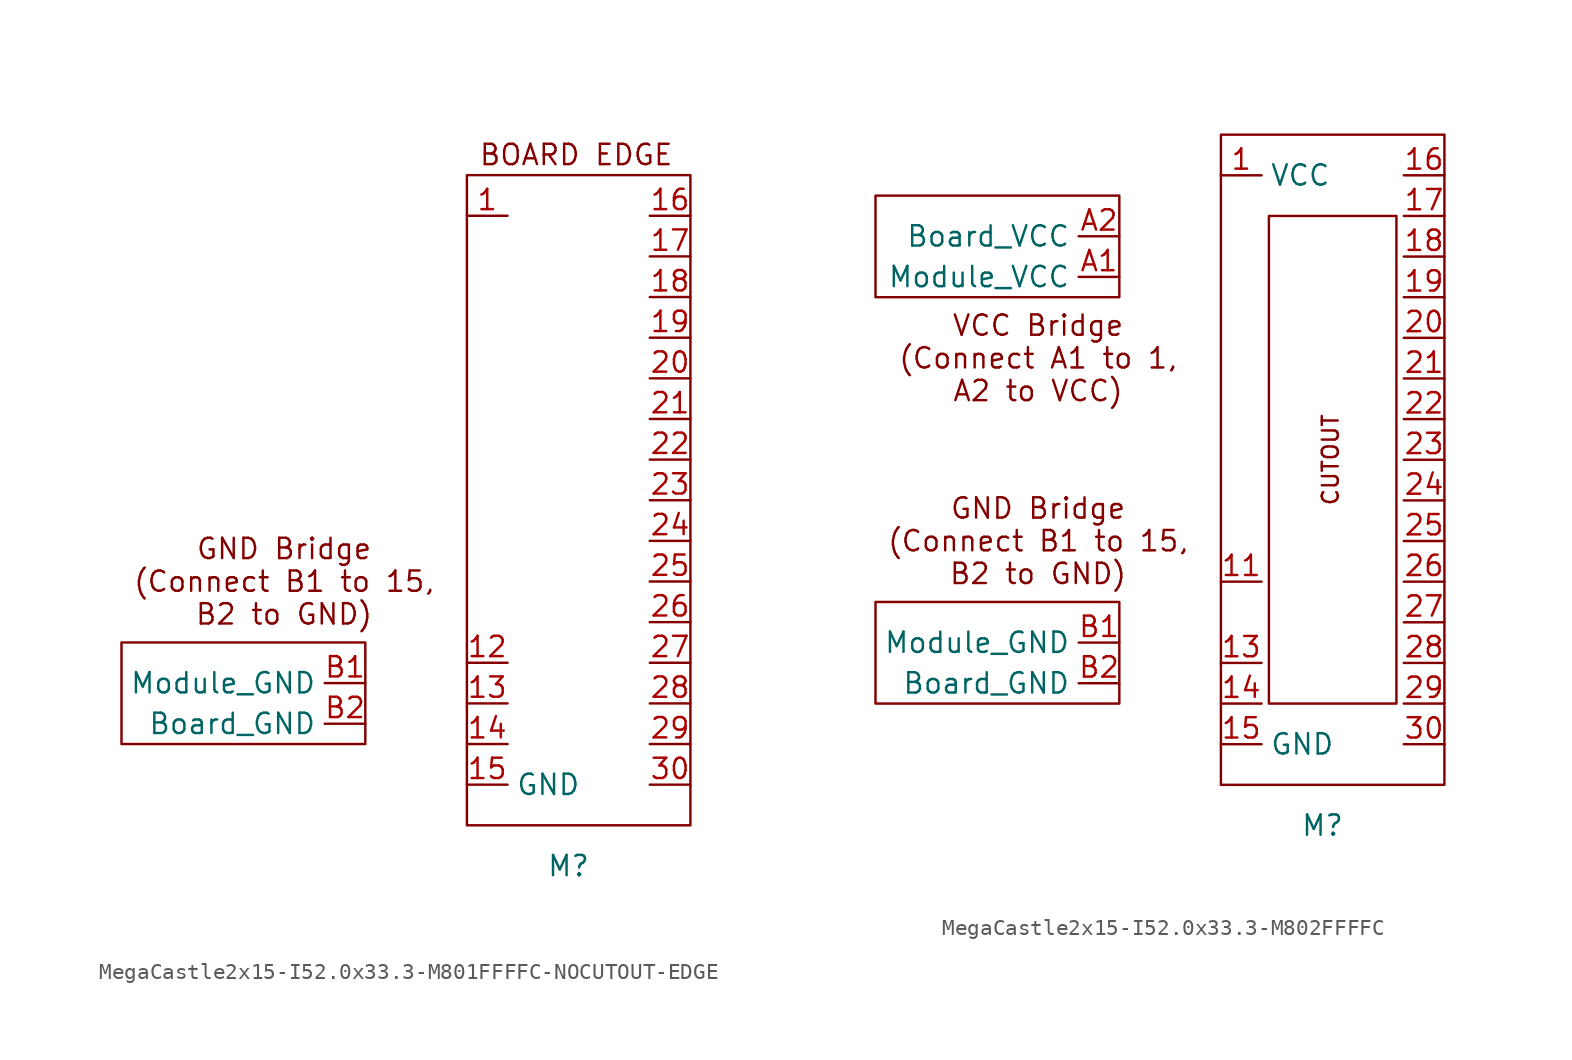
<source format=kicad_sym>
(kicad_symbol_lib
  (version 20231120)
  (generator "kicad_symbol_editor")
  (generator_version "8.0")
  (symbol "MegaCastle2x15-I52.0x33.3-M801FFFFC-NOCUTOUT-EDGE"
    (property "Reference" "M"
      (at 0 -22.86 0)
      (effects (font (size 1.27 1.27))))
    (property "Value" ""
      (at 0 5.08 0)
      (effects (font (size 1.27 1.27))))
    (symbol "MegaCastle2x15-I52.0x33.3-M801FFFFC-NOCUTOUT-EDGE_0_1"
      (rectangle (start -27.94 -8.89) (end -12.7 -15.24) (stroke (width 0) (type default)) (fill (type none)))
      (rectangle (start -6.35 20.32) (end 7.62 -20.32) (stroke (width 0) (type default)) (fill (type none))))
    (symbol "MegaCastle2x15-I52.0x33.3-M801FFFFC-NOCUTOUT-EDGE_1_1"
      (text " BOARD EDGE" (at 0 21.59 0) (effects (font (size 1.27 1.27))))
      (text "GND Bridge\n(Connect B1 to 15,\nB2 to GND)" (at -17.78 -5.08 0) (effects (font (size 1.27 1.27))))
      (pin bidirectional line (at -6.35 17.78 0) (length 2.54) (name "" (effects (font (size 1.27 1.27)))) (number "1" (effects (font (size 1.27 1.27)))))
      (pin bidirectional line (at -6.35 -10.16 0) (length 2.54) (name "" (effects (font (size 1.27 1.27)))) (number "12" (effects (font (size 1.27 1.27)))))
      (pin bidirectional line (at -6.35 -12.7 0) (length 2.54) (name "" (effects (font (size 1.27 1.27)))) (number "13" (effects (font (size 1.27 1.27)))))
      (pin bidirectional line (at -6.35 -15.24 0) (length 2.54) (name "" (effects (font (size 1.27 1.27)))) (number "14" (effects (font (size 1.27 1.27)))))
      (pin bidirectional line (at -6.35 -17.78 0) (length 2.54) (name "GND" (effects (font (size 1.27 1.27)))) (number "15" (effects (font (size 1.27 1.27)))))
      (pin bidirectional line (at 7.62 17.78 180) (length 2.54) (name "" (effects (font (size 1.27 1.27)))) (number "16" (effects (font (size 1.27 1.27)))))
      (pin bidirectional line (at 7.62 15.24 180) (length 2.54) (name "" (effects (font (size 1.27 1.27)))) (number "17" (effects (font (size 1.27 1.27)))))
      (pin bidirectional line (at 7.62 12.7 180) (length 2.54) (name "" (effects (font (size 1.27 1.27)))) (number "18" (effects (font (size 1.27 1.27)))))
      (pin bidirectional line (at 7.62 10.16 180) (length 2.54) (name "" (effects (font (size 1.27 1.27)))) (number "19" (effects (font (size 1.27 1.27)))))
      (pin bidirectional line (at 7.62 7.62 180) (length 2.54) (name "" (effects (font (size 1.27 1.27)))) (number "20" (effects (font (size 1.27 1.27)))))
      (pin bidirectional line (at 7.62 5.08 180) (length 2.54) (name "" (effects (font (size 1.27 1.27)))) (number "21" (effects (font (size 1.27 1.27)))))
      (pin bidirectional line (at 7.62 2.54 180) (length 2.54) (name "" (effects (font (size 1.27 1.27)))) (number "22" (effects (font (size 1.27 1.27)))))
      (pin bidirectional line (at 7.62 0 180) (length 2.54) (name "" (effects (font (size 1.27 1.27)))) (number "23" (effects (font (size 1.27 1.27)))))
      (pin bidirectional line (at 7.62 -2.54 180) (length 2.54) (name "" (effects (font (size 1.27 1.27)))) (number "24" (effects (font (size 1.27 1.27)))))
      (pin bidirectional line (at 7.62 -5.08 180) (length 2.54) (name "" (effects (font (size 1.27 1.27)))) (number "25" (effects (font (size 1.27 1.27)))))
      (pin bidirectional line (at 7.62 -7.62 180) (length 2.54) (name "" (effects (font (size 1.27 1.27)))) (number "26" (effects (font (size 1.27 1.27)))))
      (pin bidirectional line (at 7.62 -10.16 180) (length 2.54) (name "" (effects (font (size 1.27 1.27)))) (number "27" (effects (font (size 1.27 1.27)))))
      (pin bidirectional line (at 7.62 -12.7 180) (length 2.54) (name "" (effects (font (size 1.27 1.27)))) (number "28" (effects (font (size 1.27 1.27)))))
      (pin bidirectional line (at 7.62 -15.24 180) (length 2.54) (name "" (effects (font (size 1.27 1.27)))) (number "29" (effects (font (size 1.27 1.27)))))
      (pin bidirectional line (at 7.62 -17.78 180) (length 2.54) (name "" (effects (font (size 1.27 1.27)))) (number "30" (effects (font (size 1.27 1.27)))))
      (pin bidirectional line (at -12.7 -11.43 180) (length 2.54) (name "Module_GND" (effects (font (size 1.27 1.27)))) (number "B1" (effects (font (size 1.27 1.27)))))
      (pin bidirectional line (at -12.7 -13.97 180) (length 2.54) (name "Board_GND" (effects (font (size 1.27 1.27)))) (number "B2" (effects (font (size 1.27 1.27)))))))
  (symbol "MegaCastle2x15-I52.0x33.3-M802FFFFC"
    (property "Reference" "M"
      (at 0 -22.86 0)
      (effects (font (size 1.27 1.27))))
    (property "Value" ""
      (at 0 5.08 0)
      (effects (font (size 1.27 1.27))))
    (symbol "MegaCastle2x15-I52.0x33.3-M802FFFFC_0_1"
      (rectangle (start -27.94 -8.89) (end -12.7 -15.24) (stroke (width 0) (type default)) (fill (type none)))
      (rectangle (start -27.94 16.51) (end -12.7 10.16) (stroke (width 0) (type default)) (fill (type none)))
      (rectangle (start -6.35 20.32) (end 7.62 -20.32) (stroke (width 0) (type default)) (fill (type none)))
      (rectangle (start -3.35 15.24) (end 4.62 -15.24) (stroke (width 0) (type default)) (fill (type none))))
    (symbol "MegaCastle2x15-I52.0x33.3-M802FFFFC_1_1"
      (text "CUTOUT" (at 0.5 0 900) (effects (font (size 1 1))))
      (text "GND Bridge\n(Connect B1 to 15,\nB2 to GND)" (at -17.78 -5.08 0) (effects (font (size 1.27 1.27))))
      (text "VCC Bridge\n(Connect A1 to 1,\nA2 to VCC)" (at -17.78 6.35 0) (effects (font (size 1.27 1.27))))
      (pin bidirectional line (at -6.35 17.78 0) (length 2.54) (name "VCC" (effects (font (size 1.27 1.27)))) (number "1" (effects (font (size 1.27 1.27)))))
      (pin bidirectional line (at -6.35 -7.62 0) (length 2.54) (name "" (effects (font (size 1.27 1.27)))) (number "11" (effects (font (size 1.27 1.27)))))
      (pin bidirectional line (at -6.35 -12.7 0) (length 2.54) (name "" (effects (font (size 1.27 1.27)))) (number "13" (effects (font (size 1.27 1.27)))))
      (pin bidirectional line (at -6.35 -15.24 0) (length 2.54) (name "" (effects (font (size 1.27 1.27)))) (number "14" (effects (font (size 1.27 1.27)))))
      (pin bidirectional line (at -6.35 -17.78 0) (length 2.54) (name "GND" (effects (font (size 1.27 1.27)))) (number "15" (effects (font (size 1.27 1.27)))))
      (pin bidirectional line (at 7.62 17.78 180) (length 2.54) (name "" (effects (font (size 1.27 1.27)))) (number "16" (effects (font (size 1.27 1.27)))))
      (pin bidirectional line (at 7.62 15.24 180) (length 2.54) (name "" (effects (font (size 1.27 1.27)))) (number "17" (effects (font (size 1.27 1.27)))))
      (pin bidirectional line (at 7.62 12.7 180) (length 2.54) (name "" (effects (font (size 1.27 1.27)))) (number "18" (effects (font (size 1.27 1.27)))))
      (pin bidirectional line (at 7.62 10.16 180) (length 2.54) (name "" (effects (font (size 1.27 1.27)))) (number "19" (effects (font (size 1.27 1.27)))))
      (pin bidirectional line (at 7.62 7.62 180) (length 2.54) (name "" (effects (font (size 1.27 1.27)))) (number "20" (effects (font (size 1.27 1.27)))))
      (pin bidirectional line (at 7.62 5.08 180) (length 2.54) (name "" (effects (font (size 1.27 1.27)))) (number "21" (effects (font (size 1.27 1.27)))))
      (pin bidirectional line (at 7.62 2.54 180) (length 2.54) (name "" (effects (font (size 1.27 1.27)))) (number "22" (effects (font (size 1.27 1.27)))))
      (pin bidirectional line (at 7.62 0 180) (length 2.54) (name "" (effects (font (size 1.27 1.27)))) (number "23" (effects (font (size 1.27 1.27)))))
      (pin bidirectional line (at 7.62 -2.54 180) (length 2.54) (name "" (effects (font (size 1.27 1.27)))) (number "24" (effects (font (size 1.27 1.27)))))
      (pin bidirectional line (at 7.62 -5.08 180) (length 2.54) (name "" (effects (font (size 1.27 1.27)))) (number "25" (effects (font (size 1.27 1.27)))))
      (pin bidirectional line (at 7.62 -7.62 180) (length 2.54) (name "" (effects (font (size 1.27 1.27)))) (number "26" (effects (font (size 1.27 1.27)))))
      (pin bidirectional line (at 7.62 -10.16 180) (length 2.54) (name "" (effects (font (size 1.27 1.27)))) (number "27" (effects (font (size 1.27 1.27)))))
      (pin bidirectional line (at 7.62 -12.7 180) (length 2.54) (name "" (effects (font (size 1.27 1.27)))) (number "28" (effects (font (size 1.27 1.27)))))
      (pin bidirectional line (at 7.62 -15.24 180) (length 2.54) (name "" (effects (font (size 1.27 1.27)))) (number "29" (effects (font (size 1.27 1.27)))))
      (pin bidirectional line (at 7.62 -17.78 180) (length 2.54) (name "" (effects (font (size 1.27 1.27)))) (number "30" (effects (font (size 1.27 1.27)))))
      (pin bidirectional line (at -12.7 11.43 180) (length 2.54) (name "Module_VCC" (effects (font (size 1.27 1.27)))) (number "A1" (effects (font (size 1.27 1.27)))))
      (pin bidirectional line (at -12.7 13.97 180) (length 2.54) (name "Board_VCC" (effects (font (size 1.27 1.27)))) (number "A2" (effects (font (size 1.27 1.27)))))
      (pin bidirectional line (at -12.7 -11.43 180) (length 2.54) (name "Module_GND" (effects (font (size 1.27 1.27)))) (number "B1" (effects (font (size 1.27 1.27)))))
      (pin bidirectional line (at -12.7 -13.97 180) (length 2.54) (name "Board_GND" (effects (font (size 1.27 1.27)))) (number "B2" (effects (font (size 1.27 1.27))))))))
</source>
